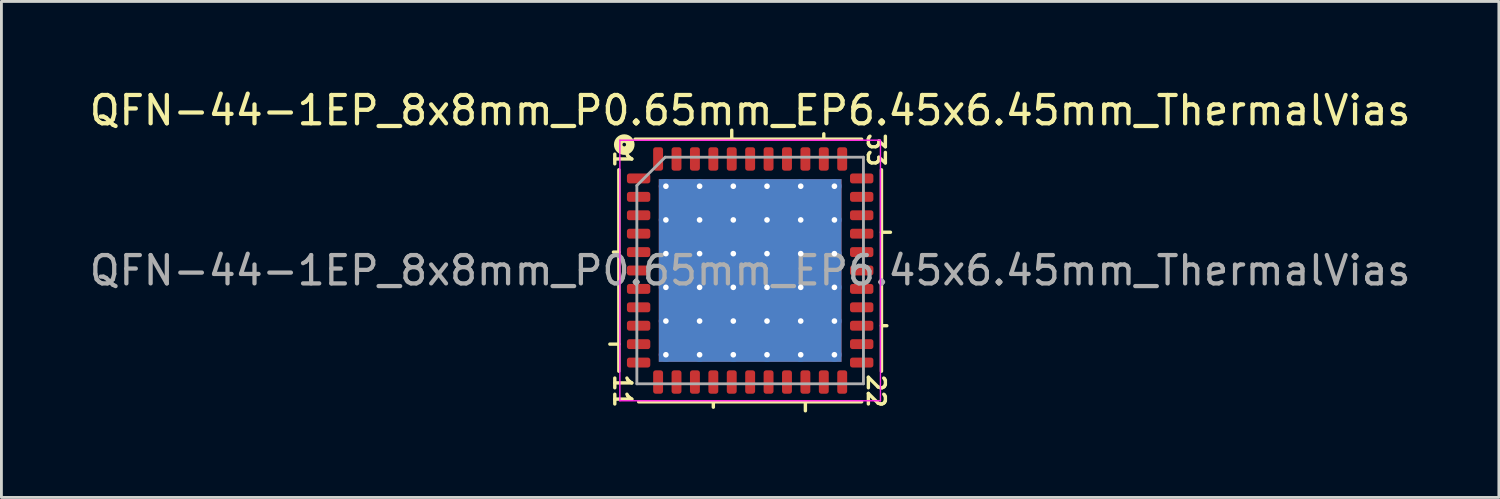
<source format=kicad_pcb>
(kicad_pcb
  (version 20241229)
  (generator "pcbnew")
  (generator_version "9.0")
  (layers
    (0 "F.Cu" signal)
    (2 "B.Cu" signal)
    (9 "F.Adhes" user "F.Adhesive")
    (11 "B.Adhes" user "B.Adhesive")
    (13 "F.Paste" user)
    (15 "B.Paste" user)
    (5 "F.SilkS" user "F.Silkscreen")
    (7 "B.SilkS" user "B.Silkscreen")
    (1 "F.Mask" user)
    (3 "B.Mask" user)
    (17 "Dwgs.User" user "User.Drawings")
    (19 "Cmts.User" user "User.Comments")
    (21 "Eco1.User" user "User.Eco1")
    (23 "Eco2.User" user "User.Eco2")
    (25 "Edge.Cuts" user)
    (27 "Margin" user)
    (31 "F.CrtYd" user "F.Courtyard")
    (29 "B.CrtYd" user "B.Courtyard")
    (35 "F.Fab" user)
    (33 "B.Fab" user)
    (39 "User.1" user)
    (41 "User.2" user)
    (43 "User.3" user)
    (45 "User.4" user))
  (footprint "QFN-44-1EP_8x8mm_P0.65mm_EP6.45x6.45mm_ThermalVias"
    (layer "F.Cu")
    (at 23.435 6.5)
    (property "Reference" "QFN-44-1EP_8x8mm_P0.65mm_EP6.45x6.45mm_ThermalVias" (at 0 -5.652 0) (layer "F.SilkS") (effects (font (size 1 1) (thickness 0.15))))
    (attr smd)
    (fp_line (start -4.636 -3.556) (end -4.636 3.556) (stroke (width 0.12) (type solid)) (layer "F.SilkS"))
    (fp_line (start -4.636 -0.65) (end -4.826 -0.65) (stroke (width 0.12) (type solid)) (layer "F.SilkS"))
    (fp_line (start -4.636 2.6) (end -4.953 2.6) (stroke (width 0.12) (type solid)) (layer "F.SilkS"))
    (fp_line (start -3.937 4.636) (end 3.937 4.636) (stroke (width 0.12) (type solid)) (layer "F.SilkS"))
    (fp_line (start -1.3 4.636) (end -1.3 4.826) (stroke (width 0.12) (type solid)) (layer "F.SilkS"))
    (fp_line (start -0.65 -4.636) (end -0.65 -4.953) (stroke (width 0.12) (type solid)) (layer "F.SilkS"))
    (fp_line (start 1.95 4.636) (end 1.95 4.953) (stroke (width 0.12) (type solid)) (layer "F.SilkS"))
    (fp_line (start 2.6 -4.636) (end 2.6 -4.826) (stroke (width 0.12) (type solid)) (layer "F.SilkS"))
    (fp_line (start 3.937 -4.636) (end -4.064 -4.636) (stroke (width 0.12) (type solid)) (layer "F.SilkS"))
    (fp_line (start 4.636 -1.35) (end 4.953 -1.35) (stroke (width 0.12) (type solid)) (layer "F.SilkS"))
    (fp_line (start 4.636 1.95) (end 4.826 1.95) (stroke (width 0.12) (type solid)) (layer "F.SilkS"))
    (fp_line (start 4.636 3.556) (end 4.636 -3.556) (stroke (width 0.12) (type solid)) (layer "F.SilkS"))
    (fp_circle (center -4.445 -4.445) (end -4.381 -4.445) (stroke (width 0.3) (type solid)) (fill no) (layer "F.SilkS"))
    (fp_line (start -4.6 -4.6) (end -4.6 4.6) (stroke (width 0.05) (type solid)) (layer "F.CrtYd"))
    (fp_line (start -4.6 4.6) (end 4.6 4.6) (stroke (width 0.05) (type solid)) (layer "F.CrtYd"))
    (fp_line (start 4.6 -4.6) (end -4.6 -4.6) (stroke (width 0.05) (type solid)) (layer "F.CrtYd"))
    (fp_line (start 4.6 4.6) (end 4.6 -4.6) (stroke (width 0.05) (type solid)) (layer "F.CrtYd"))
    (fp_line (start -4 -3) (end -3 -4) (stroke (width 0.1) (type solid)) (layer "F.Fab"))
    (fp_line (start -4 4) (end -4 -3) (stroke (width 0.1) (type solid)) (layer "F.Fab"))
    (fp_line (start -3 -4) (end 4 -4) (stroke (width 0.1) (type solid)) (layer "F.Fab"))
    (fp_line (start 4 -4) (end 4 4) (stroke (width 0.1) (type solid)) (layer "F.Fab"))
    (fp_line (start 4 4) (end -4 4) (stroke (width 0.1) (type solid)) (layer "F.Fab"))
    (fp_text user "1" (at -4.508 -3.937 270) (unlocked yes) (layer "F.SilkS") (effects (font (size 0.6 0.6) (thickness 0.12))))
    (fp_text user "22" (at 4.445 4.255 270) (unlocked yes) (layer "F.SilkS") (effects (font (size 0.6 0.6) (thickness 0.12))))
    (fp_text user "11" (at -4.508 4.255 270) (unlocked yes) (layer "F.SilkS") (effects (font (size 0.6 0.6) (thickness 0.12))))
    (fp_text user "33" (at 4.445 -4.255 270) (unlocked yes) (layer "F.SilkS") (effects (font (size 0.6 0.6) (thickness 0.12))))
    (fp_text user "${REFERENCE}" (at 0 0 0) (layer "F.Fab") (effects (font (size 1 1) (thickness 0.15))))
    (pad "" smd roundrect (at -2.38 -2.38) (size 0.999 0.999) (layers "F.Paste") (roundrect_rratio 0.25))
    (pad "" smd roundrect (at -2.38 -1.19) (size 0.999 0.999) (layers "F.Paste") (roundrect_rratio 0.25))
    (pad "" smd roundrect (at -2.38 0) (size 0.999 0.999) (layers "F.Paste") (roundrect_rratio 0.25))
    (pad "" smd roundrect (at -2.38 1.19) (size 0.999 0.999) (layers "F.Paste") (roundrect_rratio 0.25))
    (pad "" smd roundrect (at -2.38 2.38) (size 0.999 0.999) (layers "F.Paste") (roundrect_rratio 0.25))
    (pad "" smd roundrect (at -1.19 -2.38) (size 0.999 0.999) (layers "F.Paste") (roundrect_rratio 0.25))
    (pad "" smd roundrect (at -1.19 -1.19) (size 0.999 0.999) (layers "F.Paste") (roundrect_rratio 0.25))
    (pad "" smd roundrect (at -1.19 0) (size 0.999 0.999) (layers "F.Paste") (roundrect_rratio 0.25))
    (pad "" smd roundrect (at -1.19 1.19) (size 0.999 0.999) (layers "F.Paste") (roundrect_rratio 0.25))
    (pad "" smd roundrect (at -1.19 2.38) (size 0.999 0.999) (layers "F.Paste") (roundrect_rratio 0.25))
    (pad "" smd roundrect (at 0 -2.38) (size 0.999 0.999) (layers "F.Paste") (roundrect_rratio 0.25))
    (pad "" smd roundrect (at 0 -1.19) (size 0.999 0.999) (layers "F.Paste") (roundrect_rratio 0.25))
    (pad "" smd roundrect (at 0 0) (size 0.999 0.999) (layers "F.Paste") (roundrect_rratio 0.25))
    (pad "" smd roundrect (at 0 1.19) (size 0.999 0.999) (layers "F.Paste") (roundrect_rratio 0.25))
    (pad "" smd roundrect (at 0 2.38) (size 0.999 0.999) (layers "F.Paste") (roundrect_rratio 0.25))
    (pad "" smd roundrect (at 1.19 -2.38) (size 0.999 0.999) (layers "F.Paste") (roundrect_rratio 0.25))
    (pad "" smd roundrect (at 1.19 -1.19) (size 0.999 0.999) (layers "F.Paste") (roundrect_rratio 0.25))
    (pad "" smd roundrect (at 1.19 0) (size 0.999 0.999) (layers "F.Paste") (roundrect_rratio 0.25))
    (pad "" smd roundrect (at 1.19 1.19) (size 0.999 0.999) (layers "F.Paste") (roundrect_rratio 0.25))
    (pad "" smd roundrect (at 1.19 2.38) (size 0.999 0.999) (layers "F.Paste") (roundrect_rratio 0.25))
    (pad "" smd roundrect (at 2.38 -2.38) (size 0.999 0.999) (layers "F.Paste") (roundrect_rratio 0.25))
    (pad "" smd roundrect (at 2.38 -1.19) (size 0.999 0.999) (layers "F.Paste") (roundrect_rratio 0.25))
    (pad "" smd roundrect (at 2.38 0) (size 0.999 0.999) (layers "F.Paste") (roundrect_rratio 0.25))
    (pad "" smd roundrect (at 2.38 1.19) (size 0.999 0.999) (layers "F.Paste") (roundrect_rratio 0.25))
    (pad "" smd roundrect (at 2.38 2.38) (size 0.999 0.999) (layers "F.Paste") (roundrect_rratio 0.25))
    (pad "1" smd roundrect (at -3.938 -3.25) (size 0.825 0.35) (layers "F.Cu" "F.Mask" "F.Paste") (roundrect_rratio 0.25))
    (pad "2" smd roundrect (at -3.938 -2.6) (size 0.825 0.35) (layers "F.Cu" "F.Mask" "F.Paste") (roundrect_rratio 0.25))
    (pad "3" smd roundrect (at -3.938 -1.95) (size 0.825 0.35) (layers "F.Cu" "F.Mask" "F.Paste") (roundrect_rratio 0.25))
    (pad "4" smd roundrect (at -3.938 -1.3) (size 0.825 0.35) (layers "F.Cu" "F.Mask" "F.Paste") (roundrect_rratio 0.25))
    (pad "5" smd roundrect (at -3.938 -0.65) (size 0.825 0.35) (layers "F.Cu" "F.Mask" "F.Paste") (roundrect_rratio 0.25))
    (pad "6" smd roundrect (at -3.938 0) (size 0.825 0.35) (layers "F.Cu" "F.Mask" "F.Paste") (roundrect_rratio 0.25))
    (pad "7" smd roundrect (at -3.938 0.65) (size 0.825 0.35) (layers "F.Cu" "F.Mask" "F.Paste") (roundrect_rratio 0.25))
    (pad "8" smd roundrect (at -3.938 1.3) (size 0.825 0.35) (layers "F.Cu" "F.Mask" "F.Paste") (roundrect_rratio 0.25))
    (pad "9" smd roundrect (at -3.938 1.95) (size 0.825 0.35) (layers "F.Cu" "F.Mask" "F.Paste") (roundrect_rratio 0.25))
    (pad "10" smd roundrect (at -3.938 2.6) (size 0.825 0.35) (layers "F.Cu" "F.Mask" "F.Paste") (roundrect_rratio 0.25))
    (pad "11" smd roundrect (at -3.938 3.25) (size 0.825 0.35) (layers "F.Cu" "F.Mask" "F.Paste") (roundrect_rratio 0.25))
    (pad "12" smd roundrect (at -3.25 3.938) (size 0.35 0.825) (layers "F.Cu" "F.Mask" "F.Paste") (roundrect_rratio 0.25))
    (pad "13" smd roundrect (at -2.6 3.938) (size 0.35 0.825) (layers "F.Cu" "F.Mask" "F.Paste") (roundrect_rratio 0.25))
    (pad "14" smd roundrect (at -1.95 3.938) (size 0.35 0.825) (layers "F.Cu" "F.Mask" "F.Paste") (roundrect_rratio 0.25))
    (pad "15" smd roundrect (at -1.3 3.938) (size 0.35 0.825) (layers "F.Cu" "F.Mask" "F.Paste") (roundrect_rratio 0.25))
    (pad "16" smd roundrect (at -0.65 3.938) (size 0.35 0.825) (layers "F.Cu" "F.Mask" "F.Paste") (roundrect_rratio 0.25))
    (pad "17" smd roundrect (at 0 3.938) (size 0.35 0.825) (layers "F.Cu" "F.Mask" "F.Paste") (roundrect_rratio 0.25))
    (pad "18" smd roundrect (at 0.65 3.938) (size 0.35 0.825) (layers "F.Cu" "F.Mask" "F.Paste") (roundrect_rratio 0.25))
    (pad "19" smd roundrect (at 1.3 3.938) (size 0.35 0.825) (layers "F.Cu" "F.Mask" "F.Paste") (roundrect_rratio 0.25))
    (pad "20" smd roundrect (at 1.95 3.938) (size 0.35 0.825) (layers "F.Cu" "F.Mask" "F.Paste") (roundrect_rratio 0.25))
    (pad "21" smd roundrect (at 2.6 3.938) (size 0.35 0.825) (layers "F.Cu" "F.Mask" "F.Paste") (roundrect_rratio 0.25))
    (pad "22" smd roundrect (at 3.25 3.938) (size 0.35 0.825) (layers "F.Cu" "F.Mask" "F.Paste") (roundrect_rratio 0.25))
    (pad "23" smd roundrect (at 3.938 3.25) (size 0.825 0.35) (layers "F.Cu" "F.Mask" "F.Paste") (roundrect_rratio 0.25))
    (pad "24" smd roundrect (at 3.938 2.6) (size 0.825 0.35) (layers "F.Cu" "F.Mask" "F.Paste") (roundrect_rratio 0.25))
    (pad "25" smd roundrect (at 3.938 1.95) (size 0.825 0.35) (layers "F.Cu" "F.Mask" "F.Paste") (roundrect_rratio 0.25))
    (pad "26" smd roundrect (at 3.938 1.3) (size 0.825 0.35) (layers "F.Cu" "F.Mask" "F.Paste") (roundrect_rratio 0.25))
    (pad "27" smd roundrect (at 3.938 0.65) (size 0.825 0.35) (layers "F.Cu" "F.Mask" "F.Paste") (roundrect_rratio 0.25))
    (pad "28" smd roundrect (at 3.938 0) (size 0.825 0.35) (layers "F.Cu" "F.Mask" "F.Paste") (roundrect_rratio 0.25))
    (pad "29" smd roundrect (at 3.938 -0.65) (size 0.825 0.35) (layers "F.Cu" "F.Mask" "F.Paste") (roundrect_rratio 0.25))
    (pad "30" smd roundrect (at 3.938 -1.3) (size 0.825 0.35) (layers "F.Cu" "F.Mask" "F.Paste") (roundrect_rratio 0.25))
    (pad "31" smd roundrect (at 3.938 -1.95) (size 0.825 0.35) (layers "F.Cu" "F.Mask" "F.Paste") (roundrect_rratio 0.25))
    (pad "32" smd roundrect (at 3.938 -2.6) (size 0.825 0.35) (layers "F.Cu" "F.Mask" "F.Paste") (roundrect_rratio 0.25))
    (pad "33" smd roundrect (at 3.938 -3.25) (size 0.825 0.35) (layers "F.Cu" "F.Mask" "F.Paste") (roundrect_rratio 0.25))
    (pad "34" smd roundrect (at 3.25 -3.938) (size 0.35 0.825) (layers "F.Cu" "F.Mask" "F.Paste") (roundrect_rratio 0.25))
    (pad "35" smd roundrect (at 2.6 -3.938) (size 0.35 0.825) (layers "F.Cu" "F.Mask" "F.Paste") (roundrect_rratio 0.25))
    (pad "36" smd roundrect (at 1.95 -3.938) (size 0.35 0.825) (layers "F.Cu" "F.Mask" "F.Paste") (roundrect_rratio 0.25))
    (pad "37" smd roundrect (at 1.3 -3.938) (size 0.35 0.825) (layers "F.Cu" "F.Mask" "F.Paste") (roundrect_rratio 0.25))
    (pad "38" smd roundrect (at 0.65 -3.938) (size 0.35 0.825) (layers "F.Cu" "F.Mask" "F.Paste") (roundrect_rratio 0.25))
    (pad "39" smd roundrect (at 0 -3.938) (size 0.35 0.825) (layers "F.Cu" "F.Mask" "F.Paste") (roundrect_rratio 0.25))
    (pad "40" smd roundrect (at -0.65 -3.938) (size 0.35 0.825) (layers "F.Cu" "F.Mask" "F.Paste") (roundrect_rratio 0.25))
    (pad "41" smd roundrect (at -1.3 -3.938) (size 0.35 0.825) (layers "F.Cu" "F.Mask" "F.Paste") (roundrect_rratio 0.25))
    (pad "42" smd roundrect (at -1.95 -3.938) (size 0.35 0.825) (layers "F.Cu" "F.Mask" "F.Paste") (roundrect_rratio 0.25))
    (pad "43" smd roundrect (at -2.6 -3.938) (size 0.35 0.825) (layers "F.Cu" "F.Mask" "F.Paste") (roundrect_rratio 0.25))
    (pad "44" smd roundrect (at -3.25 -3.938) (size 0.35 0.825) (layers "F.Cu" "F.Mask" "F.Paste") (roundrect_rratio 0.25))
    (pad "45" thru_hole circle (at -2.975 -2.975) (size 0.5 0.5) (drill 0.2) (layers "*.Cu"))
    (pad "45" thru_hole circle (at -2.975 -1.785) (size 0.5 0.5) (drill 0.2) (layers "*.Cu"))
    (pad "45" thru_hole circle (at -2.975 -0.595) (size 0.5 0.5) (drill 0.2) (layers "*.Cu"))
    (pad "45" thru_hole circle (at -2.975 0.595) (size 0.5 0.5) (drill 0.2) (layers "*.Cu"))
    (pad "45" thru_hole circle (at -2.975 1.785) (size 0.5 0.5) (drill 0.2) (layers "*.Cu"))
    (pad "45" thru_hole circle (at -2.975 2.975) (size 0.5 0.5) (drill 0.2) (layers "*.Cu"))
    (pad "45" thru_hole circle (at -1.785 -2.975) (size 0.5 0.5) (drill 0.2) (layers "*.Cu"))
    (pad "45" thru_hole circle (at -1.785 -1.785) (size 0.5 0.5) (drill 0.2) (layers "*.Cu"))
    (pad "45" thru_hole circle (at -1.785 -0.595) (size 0.5 0.5) (drill 0.2) (layers "*.Cu"))
    (pad "45" thru_hole circle (at -1.785 0.595) (size 0.5 0.5) (drill 0.2) (layers "*.Cu"))
    (pad "45" thru_hole circle (at -1.785 1.785) (size 0.5 0.5) (drill 0.2) (layers "*.Cu"))
    (pad "45" thru_hole circle (at -1.785 2.975) (size 0.5 0.5) (drill 0.2) (layers "*.Cu"))
    (pad "45" thru_hole circle (at -0.595 -2.975) (size 0.5 0.5) (drill 0.2) (layers "*.Cu"))
    (pad "45" thru_hole circle (at -0.595 -1.785) (size 0.5 0.5) (drill 0.2) (layers "*.Cu"))
    (pad "45" thru_hole circle (at -0.595 -0.595) (size 0.5 0.5) (drill 0.2) (layers "*.Cu"))
    (pad "45" thru_hole circle (at -0.595 0.595) (size 0.5 0.5) (drill 0.2) (layers "*.Cu"))
    (pad "45" thru_hole circle (at -0.595 1.785) (size 0.5 0.5) (drill 0.2) (layers "*.Cu"))
    (pad "45" thru_hole circle (at -0.595 2.975) (size 0.5 0.5) (drill 0.2) (layers "*.Cu"))
    (pad "45" smd rect (at 0 0) (size 6.45 6.45) (layers "F.Cu" "F.Mask"))
    (pad "45" smd rect (at 0 0) (size 6.45 6.45) (layers "B.Cu" "B.Mask"))
    (pad "45" thru_hole circle (at 0.595 -2.975) (size 0.5 0.5) (drill 0.2) (layers "*.Cu"))
    (pad "45" thru_hole circle (at 0.595 -1.785) (size 0.5 0.5) (drill 0.2) (layers "*.Cu"))
    (pad "45" thru_hole circle (at 0.595 -0.595) (size 0.5 0.5) (drill 0.2) (layers "*.Cu"))
    (pad "45" thru_hole circle (at 0.595 0.595) (size 0.5 0.5) (drill 0.2) (layers "*.Cu"))
    (pad "45" thru_hole circle (at 0.595 1.785) (size 0.5 0.5) (drill 0.2) (layers "*.Cu"))
    (pad "45" thru_hole circle (at 0.595 2.975) (size 0.5 0.5) (drill 0.2) (layers "*.Cu"))
    (pad "45" thru_hole circle (at 1.785 -2.975) (size 0.5 0.5) (drill 0.2) (layers "*.Cu"))
    (pad "45" thru_hole circle (at 1.785 -1.785) (size 0.5 0.5) (drill 0.2) (layers "*.Cu"))
    (pad "45" thru_hole circle (at 1.785 -0.595) (size 0.5 0.5) (drill 0.2) (layers "*.Cu"))
    (pad "45" thru_hole circle (at 1.785 0.595) (size 0.5 0.5) (drill 0.2) (layers "*.Cu"))
    (pad "45" thru_hole circle (at 1.785 1.785) (size 0.5 0.5) (drill 0.2) (layers "*.Cu"))
    (pad "45" thru_hole circle (at 1.785 2.975) (size 0.5 0.5) (drill 0.2) (layers "*.Cu"))
    (pad "45" thru_hole circle (at 2.975 -2.975) (size 0.5 0.5) (drill 0.2) (layers "*.Cu"))
    (pad "45" thru_hole circle (at 2.975 -1.785) (size 0.5 0.5) (drill 0.2) (layers "*.Cu"))
    (pad "45" thru_hole circle (at 2.975 -0.595) (size 0.5 0.5) (drill 0.2) (layers "*.Cu"))
    (pad "45" thru_hole circle (at 2.975 0.595) (size 0.5 0.5) (drill 0.2) (layers "*.Cu"))
    (pad "45" thru_hole circle (at 2.975 1.785) (size 0.5 0.5) (drill 0.2) (layers "*.Cu"))
    (pad "45" thru_hole circle (at 2.975 2.975) (size 0.5 0.5) (drill 0.2) (layers "*.Cu")))
  (gr_rect
    (start -3 -3)
    (end 49.869 14.513)
    (stroke (width 0.1) (type default))
    (fill no)
    (layer "Edge.Cuts")))
</source>
